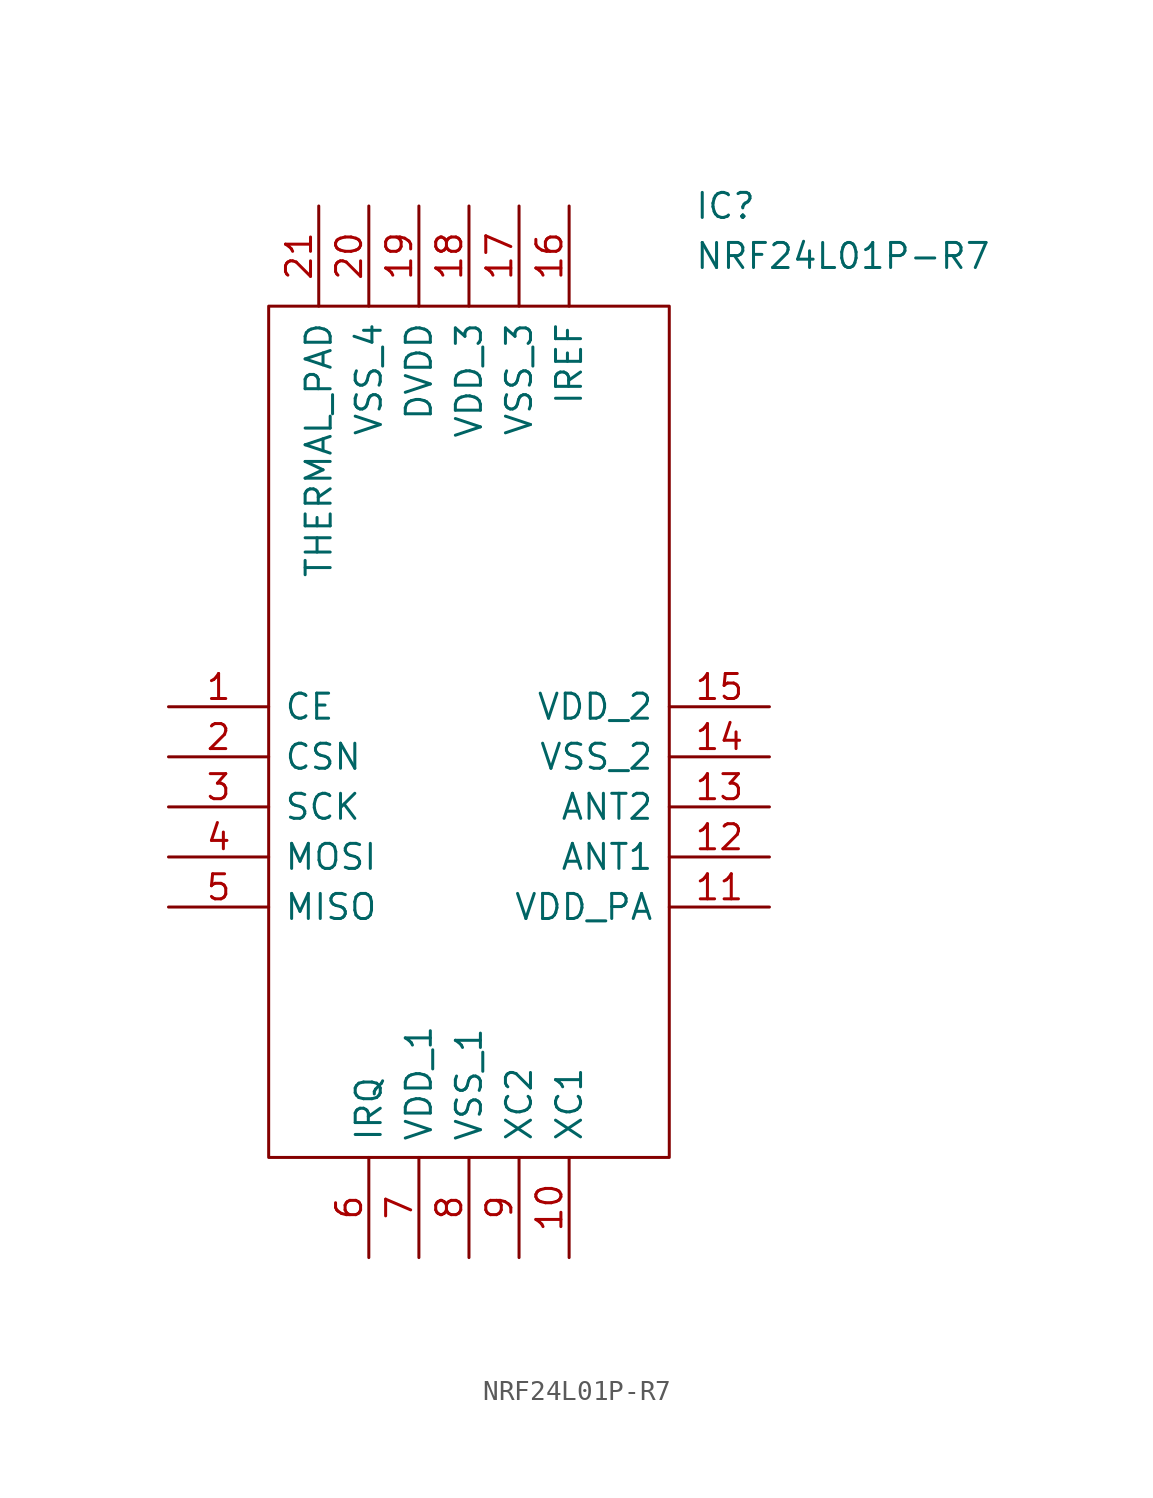
<source format=kicad_sym>
(kicad_symbol_lib
  (version 20211014)
  (generator kicad_symbol_editor)
  (symbol "NRF24L01P-R7"
    (pin_names
      (offset 0.762))
    (property "Reference" "IC"
      (at 26.67 25.4 0)
      (effects (font (size 1.27 1.27)) (justify left)))
    (property "Value" "NRF24L01P-R7"
      (at 26.67 22.86 0)
      (effects (font (size 1.27 1.27)) (justify left)))
    (symbol "NRF24L01P-R7_0_0"
      (pin passive line (at 0 0 0) (length 5.08) (name "CE" (effects (font (size 1.27 1.27)))) (number "1" (effects (font (size 1.27 1.27)))))
      (pin passive line (at 20.32 -27.94 90) (length 5.08) (name "XC1" (effects (font (size 1.27 1.27)))) (number "10" (effects (font (size 1.27 1.27)))))
      (pin passive line (at 30.48 -10.16 180) (length 5.08) (name "VDD_PA" (effects (font (size 1.27 1.27)))) (number "11" (effects (font (size 1.27 1.27)))))
      (pin passive line (at 30.48 -7.62 180) (length 5.08) (name "ANT1" (effects (font (size 1.27 1.27)))) (number "12" (effects (font (size 1.27 1.27)))))
      (pin passive line (at 30.48 -5.08 180) (length 5.08) (name "ANT2" (effects (font (size 1.27 1.27)))) (number "13" (effects (font (size 1.27 1.27)))))
      (pin passive line (at 30.48 -2.54 180) (length 5.08) (name "VSS_2" (effects (font (size 1.27 1.27)))) (number "14" (effects (font (size 1.27 1.27)))))
      (pin passive line (at 30.48 0 180) (length 5.08) (name "VDD_2" (effects (font (size 1.27 1.27)))) (number "15" (effects (font (size 1.27 1.27)))))
      (pin passive line (at 20.32 25.4 270) (length 5.08) (name "IREF" (effects (font (size 1.27 1.27)))) (number "16" (effects (font (size 1.27 1.27)))))
      (pin passive line (at 17.78 25.4 270) (length 5.08) (name "VSS_3" (effects (font (size 1.27 1.27)))) (number "17" (effects (font (size 1.27 1.27)))))
      (pin passive line (at 15.24 25.4 270) (length 5.08) (name "VDD_3" (effects (font (size 1.27 1.27)))) (number "18" (effects (font (size 1.27 1.27)))))
      (pin passive line (at 12.7 25.4 270) (length 5.08) (name "DVDD" (effects (font (size 1.27 1.27)))) (number "19" (effects (font (size 1.27 1.27)))))
      (pin passive line (at 0 -2.54 0) (length 5.08) (name "CSN" (effects (font (size 1.27 1.27)))) (number "2" (effects (font (size 1.27 1.27)))))
      (pin passive line (at 10.16 25.4 270) (length 5.08) (name "VSS_4" (effects (font (size 1.27 1.27)))) (number "20" (effects (font (size 1.27 1.27)))))
      (pin passive line (at 7.62 25.4 270) (length 5.08) (name "THERMAL_PAD" (effects (font (size 1.27 1.27)))) (number "21" (effects (font (size 1.27 1.27)))))
      (pin passive line (at 0 -5.08 0) (length 5.08) (name "SCK" (effects (font (size 1.27 1.27)))) (number "3" (effects (font (size 1.27 1.27)))))
      (pin passive line (at 0 -7.62 0) (length 5.08) (name "MOSI" (effects (font (size 1.27 1.27)))) (number "4" (effects (font (size 1.27 1.27)))))
      (pin passive line (at 0 -10.16 0) (length 5.08) (name "MISO" (effects (font (size 1.27 1.27)))) (number "5" (effects (font (size 1.27 1.27)))))
      (pin passive line (at 10.16 -27.94 90) (length 5.08) (name "IRQ" (effects (font (size 1.27 1.27)))) (number "6" (effects (font (size 1.27 1.27)))))
      (pin passive line (at 12.7 -27.94 90) (length 5.08) (name "VDD_1" (effects (font (size 1.27 1.27)))) (number "7" (effects (font (size 1.27 1.27)))))
      (pin passive line (at 15.24 -27.94 90) (length 5.08) (name "VSS_1" (effects (font (size 1.27 1.27)))) (number "8" (effects (font (size 1.27 1.27)))))
      (pin passive line (at 17.78 -27.94 90) (length 5.08) (name "XC2" (effects (font (size 1.27 1.27)))) (number "9" (effects (font (size 1.27 1.27))))))
    (symbol "NRF24L01P-R7_0_1"
      (polyline (pts (xy 5.08 20.32) (xy 25.4 20.32) (xy 25.4 -22.86) (xy 5.08 -22.86) (xy 5.08 20.32)) (stroke (width 0.152) (type default) (color 0 0 0 0)) (fill (type none))))))
</source>
